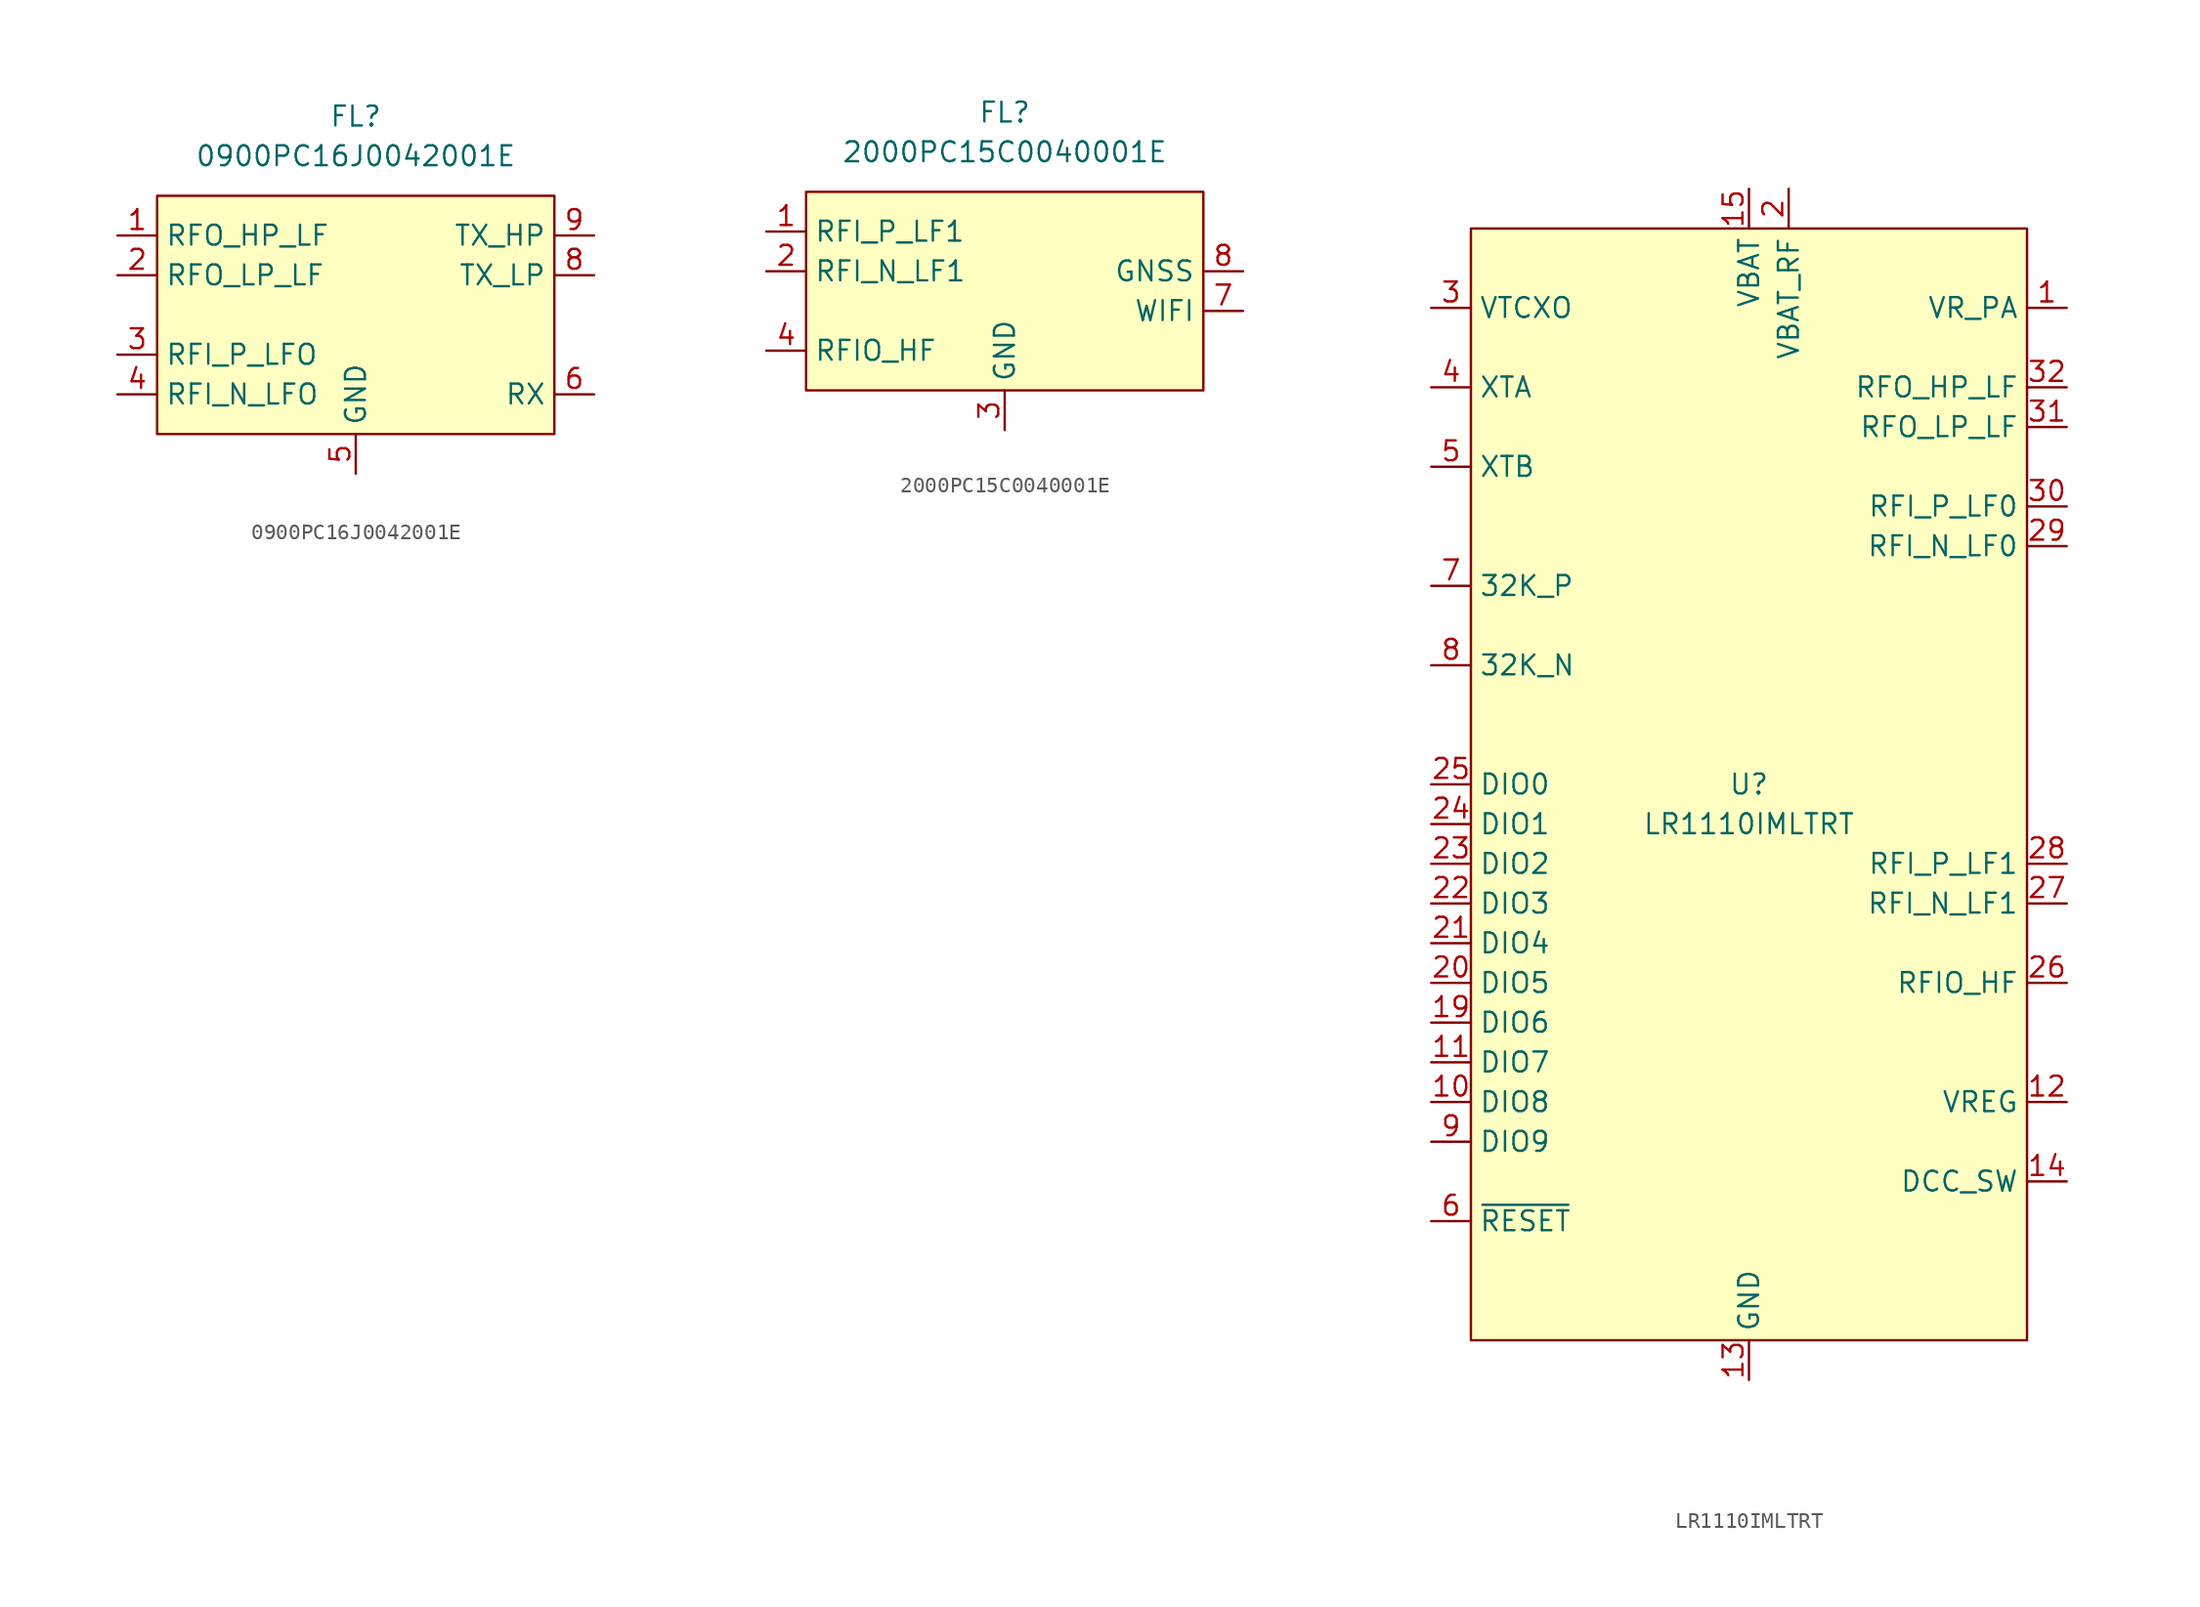
<source format=kicad_sym>
(kicad_symbol_lib
  (version 20241209)
  (generator "kicad_symbol_editor")
  (generator_version "9.0")
  (symbol "0900PC16J0042001E"
    (property "Reference" "FL"
      (at 0 12.7 0)
      (effects (font (size 1.27 1.27))))
    (property "Value" "0900PC16J0042001E"
      (at 0 10.16 0)
      (effects (font (size 1.27 1.27))))
    (symbol "0900PC16J0042001E_0_0"
      (pin passive line (at -15.24 5.08 0) (length 2.54) (name "RFO_HP_LF" (effects (font (size 1.27 1.27)))) (number "1" (effects (font (size 1.27 1.27)))))
      (pin passive line (at -15.24 -2.54 0) (length 2.54) (name "RFI_P_LFO" (effects (font (size 1.27 1.27)))) (number "3" (effects (font (size 1.27 1.27)))))
      (pin passive line (at -15.24 -5.08 0) (length 2.54) (name "RFI_N_LFO" (effects (font (size 1.27 1.27)))) (number "4" (effects (font (size 1.27 1.27)))))
      (pin passive line (at 0 -10.16 90) (length 2.54) (hide yes) (name "GND" (effects (font (size 1.27 1.27)))) (number "10" (effects (font (size 1.27 1.27)))))
      (pin power_in line (at 0 -10.16 90) (length 2.54) (name "GND" (effects (font (size 1.27 1.27)))) (number "5" (effects (font (size 1.27 1.27)))))
      (pin passive line (at 0 -10.16 90) (length 2.54) (hide yes) (name "GND" (effects (font (size 1.27 1.27)))) (number "7" (effects (font (size 1.27 1.27)))))
      (pin passive line (at 15.24 5.08 180) (length 2.54) (name "TX_HP" (effects (font (size 1.27 1.27)))) (number "9" (effects (font (size 1.27 1.27)))))
      (pin passive line (at 15.24 2.54 180) (length 2.54) (name "TX_LP" (effects (font (size 1.27 1.27)))) (number "8" (effects (font (size 1.27 1.27)))))
      (pin passive line (at 15.24 -5.08 180) (length 2.54) (name "RX" (effects (font (size 1.27 1.27)))) (number "6" (effects (font (size 1.27 1.27))))))
    (symbol "0900PC16J0042001E_1_0"
      (pin passive line (at -15.24 2.54 0) (length 2.54) (name "RFO_LP_LF" (effects (font (size 1.27 1.27)))) (number "2" (effects (font (size 1.27 1.27))))))
    (symbol "0900PC16J0042001E_1_1"
      (rectangle (start -12.7 7.62) (end 12.7 -7.62) (stroke (width 0) (type solid)) (fill (type background)))))
  (symbol "2000PC15C0040001E"
    (property "Reference" "FL"
      (at 0 12.7 0)
      (effects (font (size 1.27 1.27))))
    (property "Value" "2000PC15C0040001E"
      (at 0 10.16 0)
      (effects (font (size 1.27 1.27))))
    (symbol "2000PC15C0040001E_0_0"
      (pin passive line (at -15.24 5.08 0) (length 2.54) (name "RFI_P_LF1" (effects (font (size 1.27 1.27)))) (number "1" (effects (font (size 1.27 1.27)))))
      (pin passive line (at -15.24 -2.54 0) (length 2.54) (name "RFIO_HF" (effects (font (size 1.27 1.27)))) (number "4" (effects (font (size 1.27 1.27)))))
      (pin passive line (at 0 -7.62 90) (length 2.54) (hide yes) (name "GND" (effects (font (size 1.27 1.27)))) (number "10" (effects (font (size 1.27 1.27)))))
      (pin power_in line (at 0 -7.62 90) (length 2.54) (name "GND" (effects (font (size 1.27 1.27)))) (number "3" (effects (font (size 1.27 1.27)))))
      (pin passive line (at 0 -7.62 90) (length 2.54) (hide yes) (name "GND" (effects (font (size 1.27 1.27)))) (number "5" (effects (font (size 1.27 1.27)))))
      (pin passive line (at 0 -7.62 90) (length 2.54) (hide yes) (name "GND" (effects (font (size 1.27 1.27)))) (number "6" (effects (font (size 1.27 1.27)))))
      (pin passive line (at 0 -7.62 90) (length 2.54) (hide yes) (name "GND" (effects (font (size 1.27 1.27)))) (number "9" (effects (font (size 1.27 1.27)))))
      (pin passive line (at 15.24 2.54 180) (length 2.54) (name "GNSS" (effects (font (size 1.27 1.27)))) (number "8" (effects (font (size 1.27 1.27)))))
      (pin passive line (at 15.24 0 180) (length 2.54) (name "WIFI" (effects (font (size 1.27 1.27)))) (number "7" (effects (font (size 1.27 1.27))))))
    (symbol "2000PC15C0040001E_1_0"
      (pin passive line (at -15.24 2.54 0) (length 2.54) (name "RFI_N_LF1" (effects (font (size 1.27 1.27)))) (number "2" (effects (font (size 1.27 1.27))))))
    (symbol "2000PC15C0040001E_1_1"
      (rectangle (start -12.7 7.62) (end 12.7 -5.08) (stroke (width 0) (type solid)) (fill (type background)))))
  (symbol "LR1110IMLTRT"
    (property "Reference" "U"
      (at 0 0 0)
      (do_not_autoplace)
      (effects (font (size 1.27 1.27))))
    (property "Value" "LR1110IMLTRT"
      (at 0 -2.54 0)
      (do_not_autoplace)
      (effects (font (size 1.27 1.27))))
    (symbol "LR1110IMLTRT_0_0"
      (pin power_out line (at -20.32 30.48 0) (length 2.54) (name "VTCXO" (effects (font (size 1.27 1.27)))) (number "3" (effects (font (size 1.27 1.27)))))
      (pin input line (at -20.32 -27.94 0) (length 2.54) (name "~{RESET}" (effects (font (size 1.27 1.27)))) (number "6" (effects (font (size 1.27 1.27)))))
      (pin power_in line (at 0 -38.1 90) (length 2.54) (name "GND" (effects (font (size 1.27 1.27)))) (number "13" (effects (font (size 1.27 1.27)))))
      (pin passive line (at 0 -38.1 90) (length 2.54) (hide yes) (name "EP" (effects (font (size 1.27 1.27)))) (number "33" (effects (font (size 1.27 1.27)))))
      (pin power_in line (at 2.54 38.1 270) (length 2.54) (name "VBAT_RF" (effects (font (size 1.27 1.27)))) (number "2" (effects (font (size 1.27 1.27)))))
      (pin no_connect line (at 10.16 -35.56 90) (length 2.54) (hide yes) (name "DNC" (effects (font (size 1.27 1.27)))) (number "18" (effects (font (size 1.27 1.27)))))
      (pin no_connect line (at 12.7 -35.56 90) (length 2.54) (hide yes) (name "DNC" (effects (font (size 1.27 1.27)))) (number "17" (effects (font (size 1.27 1.27)))))
      (pin no_connect line (at 15.24 -35.56 90) (length 2.54) (hide yes) (name "DNC" (effects (font (size 1.27 1.27)))) (number "16" (effects (font (size 1.27 1.27)))))
      (pin power_out line (at 20.32 30.48 180) (length 2.54) (name "VR_PA" (effects (font (size 1.27 1.27)))) (number "1" (effects (font (size 1.27 1.27)))))
      (pin output line (at 20.32 25.4 180) (length 2.54) (name "RFO_HP_LF" (effects (font (size 1.27 1.27)))) (number "32" (effects (font (size 1.27 1.27)))))
      (pin output line (at 20.32 22.86 180) (length 2.54) (name "RFO_LP_LF" (effects (font (size 1.27 1.27)))) (number "31" (effects (font (size 1.27 1.27)))))
      (pin input line (at 20.32 17.78 180) (length 2.54) (name "RFI_P_LF0" (effects (font (size 1.27 1.27)))) (number "30" (effects (font (size 1.27 1.27)))))
      (pin input line (at 20.32 15.24 180) (length 2.54) (name "RFI_N_LF0" (effects (font (size 1.27 1.27)))) (number "29" (effects (font (size 1.27 1.27)))))
      (pin input line (at 20.32 -5.08 180) (length 2.54) (name "RFI_P_LF1" (effects (font (size 1.27 1.27)))) (number "28" (effects (font (size 1.27 1.27)))))
      (pin input line (at 20.32 -7.62 180) (length 2.54) (name "RFI_N_LF1" (effects (font (size 1.27 1.27)))) (number "27" (effects (font (size 1.27 1.27)))))
      (pin bidirectional line (at 20.32 -12.7 180) (length 2.54) (name "RFIO_HF" (effects (font (size 1.27 1.27)))) (number "26" (effects (font (size 1.27 1.27)))))
      (pin power_out line (at 20.32 -20.32 180) (length 2.54) (name "VREG" (effects (font (size 1.27 1.27)))) (number "12" (effects (font (size 1.27 1.27)))))
      (pin output line (at 20.32 -25.4 180) (length 2.54) (name "DCC_SW" (effects (font (size 1.27 1.27)))) (number "14" (effects (font (size 1.27 1.27))))))
    (symbol "LR1110IMLTRT_1_0"
      (pin passive line (at -20.32 25.4 0) (length 2.54) (name "XTA" (effects (font (size 1.27 1.27)))) (number "4" (effects (font (size 1.27 1.27)))) (alternate "TCXO_IN" input line))
      (pin passive line (at -20.32 20.32 0) (length 2.54) (name "XTB" (effects (font (size 1.27 1.27)))) (number "5" (effects (font (size 1.27 1.27)))) (alternate "NC" no_connect line))
      (pin passive line (at -20.32 12.7 0) (length 2.54) (name "32K_P" (effects (font (size 1.27 1.27)))) (number "7" (effects (font (size 1.27 1.27)))) (alternate "DIO11" bidirectional line) (alternate "NC" no_connect line))
      (pin passive line (at -20.32 7.62 0) (length 2.54) (name "32K_N" (effects (font (size 1.27 1.27)))) (number "8" (effects (font (size 1.27 1.27)))) (alternate "DIO10" bidirectional line) (alternate "RFSW4" output line))
      (pin bidirectional line (at -20.32 0 0) (length 2.54) (name "DIO0" (effects (font (size 1.27 1.27)))) (number "25" (effects (font (size 1.27 1.27)))) (alternate "BUSY" output line))
      (pin bidirectional line (at -20.32 -2.54 0) (length 2.54) (name "DIO1" (effects (font (size 1.27 1.27)))) (number "24" (effects (font (size 1.27 1.27)))) (alternate "~{CS}" input line))
      (pin bidirectional line (at -20.32 -5.08 0) (length 2.54) (name "DIO2" (effects (font (size 1.27 1.27)))) (number "23" (effects (font (size 1.27 1.27)))) (alternate "PCK" input line))
      (pin bidirectional line (at -20.32 -7.62 0) (length 2.54) (name "DIO3" (effects (font (size 1.27 1.27)))) (number "22" (effects (font (size 1.27 1.27)))) (alternate "COPI" input line))
      (pin bidirectional line (at -20.32 -10.16 0) (length 2.54) (name "DIO4" (effects (font (size 1.27 1.27)))) (number "21" (effects (font (size 1.27 1.27)))) (alternate "CIPO" output line))
      (pin bidirectional line (at -20.32 -12.7 0) (length 2.54) (name "DIO5" (effects (font (size 1.27 1.27)))) (number "20" (effects (font (size 1.27 1.27)))) (alternate "RFSW0" output line))
      (pin bidirectional line (at -20.32 -15.24 0) (length 2.54) (name "DIO6" (effects (font (size 1.27 1.27)))) (number "19" (effects (font (size 1.27 1.27)))) (alternate "RFSW1" output line))
      (pin bidirectional line (at -20.32 -17.78 0) (length 2.54) (name "DIO7" (effects (font (size 1.27 1.27)))) (number "11" (effects (font (size 1.27 1.27)))) (alternate "RFSW2" output line))
      (pin bidirectional line (at -20.32 -20.32 0) (length 2.54) (name "DIO8" (effects (font (size 1.27 1.27)))) (number "10" (effects (font (size 1.27 1.27)))) (alternate "RFSW3" output line))
      (pin bidirectional line (at -20.32 -22.86 0) (length 2.54) (name "DIO9" (effects (font (size 1.27 1.27)))) (number "9" (effects (font (size 1.27 1.27)))) (alternate "IRQ" output line))
      (pin power_in line (at 0 38.1 270) (length 2.54) (name "VBAT" (effects (font (size 1.27 1.27)))) (number "15" (effects (font (size 1.27 1.27))))))
    (symbol "LR1110IMLTRT_1_1"
      (rectangle (start -17.78 35.56) (end 17.78 -35.56) (stroke (width 0) (type solid)) (fill (type background))))))
</source>
